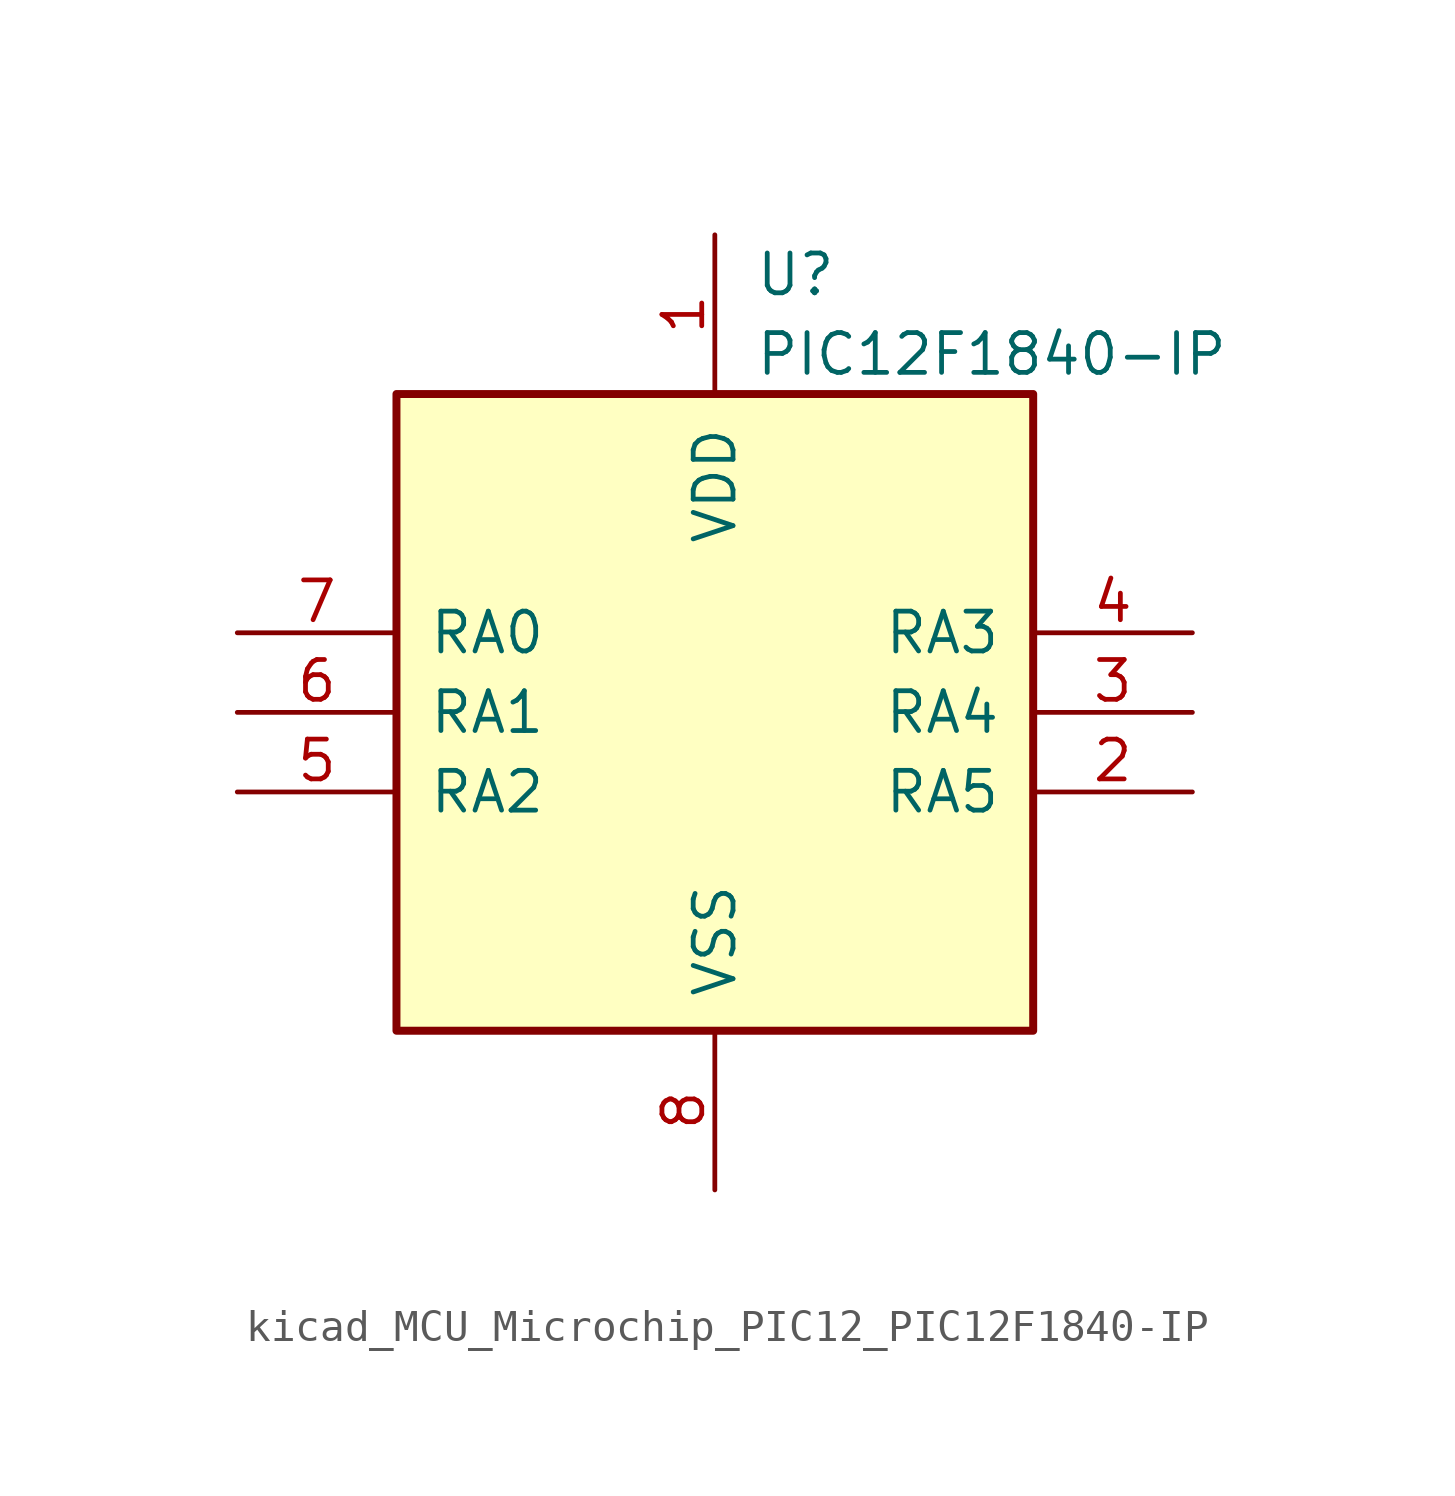
<source format=kicad_sym>
(kicad_symbol_lib
  (version 20220914)
  (generator kicad_symbol_editor)
  (symbol "kicad_MCU_Microchip_PIC12_PIC12F1840-IP"
    (pin_names
      (offset 1.016))
    (property "Reference" "U"
      (at 1.27 13.97 0)
      (effects (font (size 1.27 1.27)) (justify left)))
    (property "Value" "PIC12F1840-IP"
      (at 1.27 11.43 0)
      (effects (font (size 1.27 1.27)) (justify left)))
    (symbol "kicad_MCU_Microchip_PIC12_PIC12F1840-IP_0_1"
      (rectangle (start 10.16 -10.16) (end -10.16 10.16) (stroke (width 0.254) (type default)) (fill (type background))))
    (symbol "kicad_MCU_Microchip_PIC12_PIC12F1840-IP_1_1"
      (pin power_in line (at 0 15.24 270) (length 5.08) (name "VDD" (effects (font (size 1.27 1.27)))) (number "1" (effects (font (size 1.27 1.27)))))
      (pin bidirectional line (at 15.24 -2.54 180) (length 5.08) (name "RA5" (effects (font (size 1.27 1.27)))) (number "2" (effects (font (size 1.27 1.27)))))
      (pin bidirectional line (at 15.24 0 180) (length 5.08) (name "RA4" (effects (font (size 1.27 1.27)))) (number "3" (effects (font (size 1.27 1.27)))))
      (pin input line (at 15.24 2.54 180) (length 5.08) (name "RA3" (effects (font (size 1.27 1.27)))) (number "4" (effects (font (size 1.27 1.27)))))
      (pin bidirectional line (at -15.24 -2.54 0) (length 5.08) (name "RA2" (effects (font (size 1.27 1.27)))) (number "5" (effects (font (size 1.27 1.27)))))
      (pin bidirectional line (at -15.24 0 0) (length 5.08) (name "RA1" (effects (font (size 1.27 1.27)))) (number "6" (effects (font (size 1.27 1.27)))))
      (pin bidirectional line (at -15.24 2.54 0) (length 5.08) (name "RA0" (effects (font (size 1.27 1.27)))) (number "7" (effects (font (size 1.27 1.27)))))
      (pin power_in line (at 0 -15.24 90) (length 5.08) (name "VSS" (effects (font (size 1.27 1.27)))) (number "8" (effects (font (size 1.27 1.27))))))))
</source>
